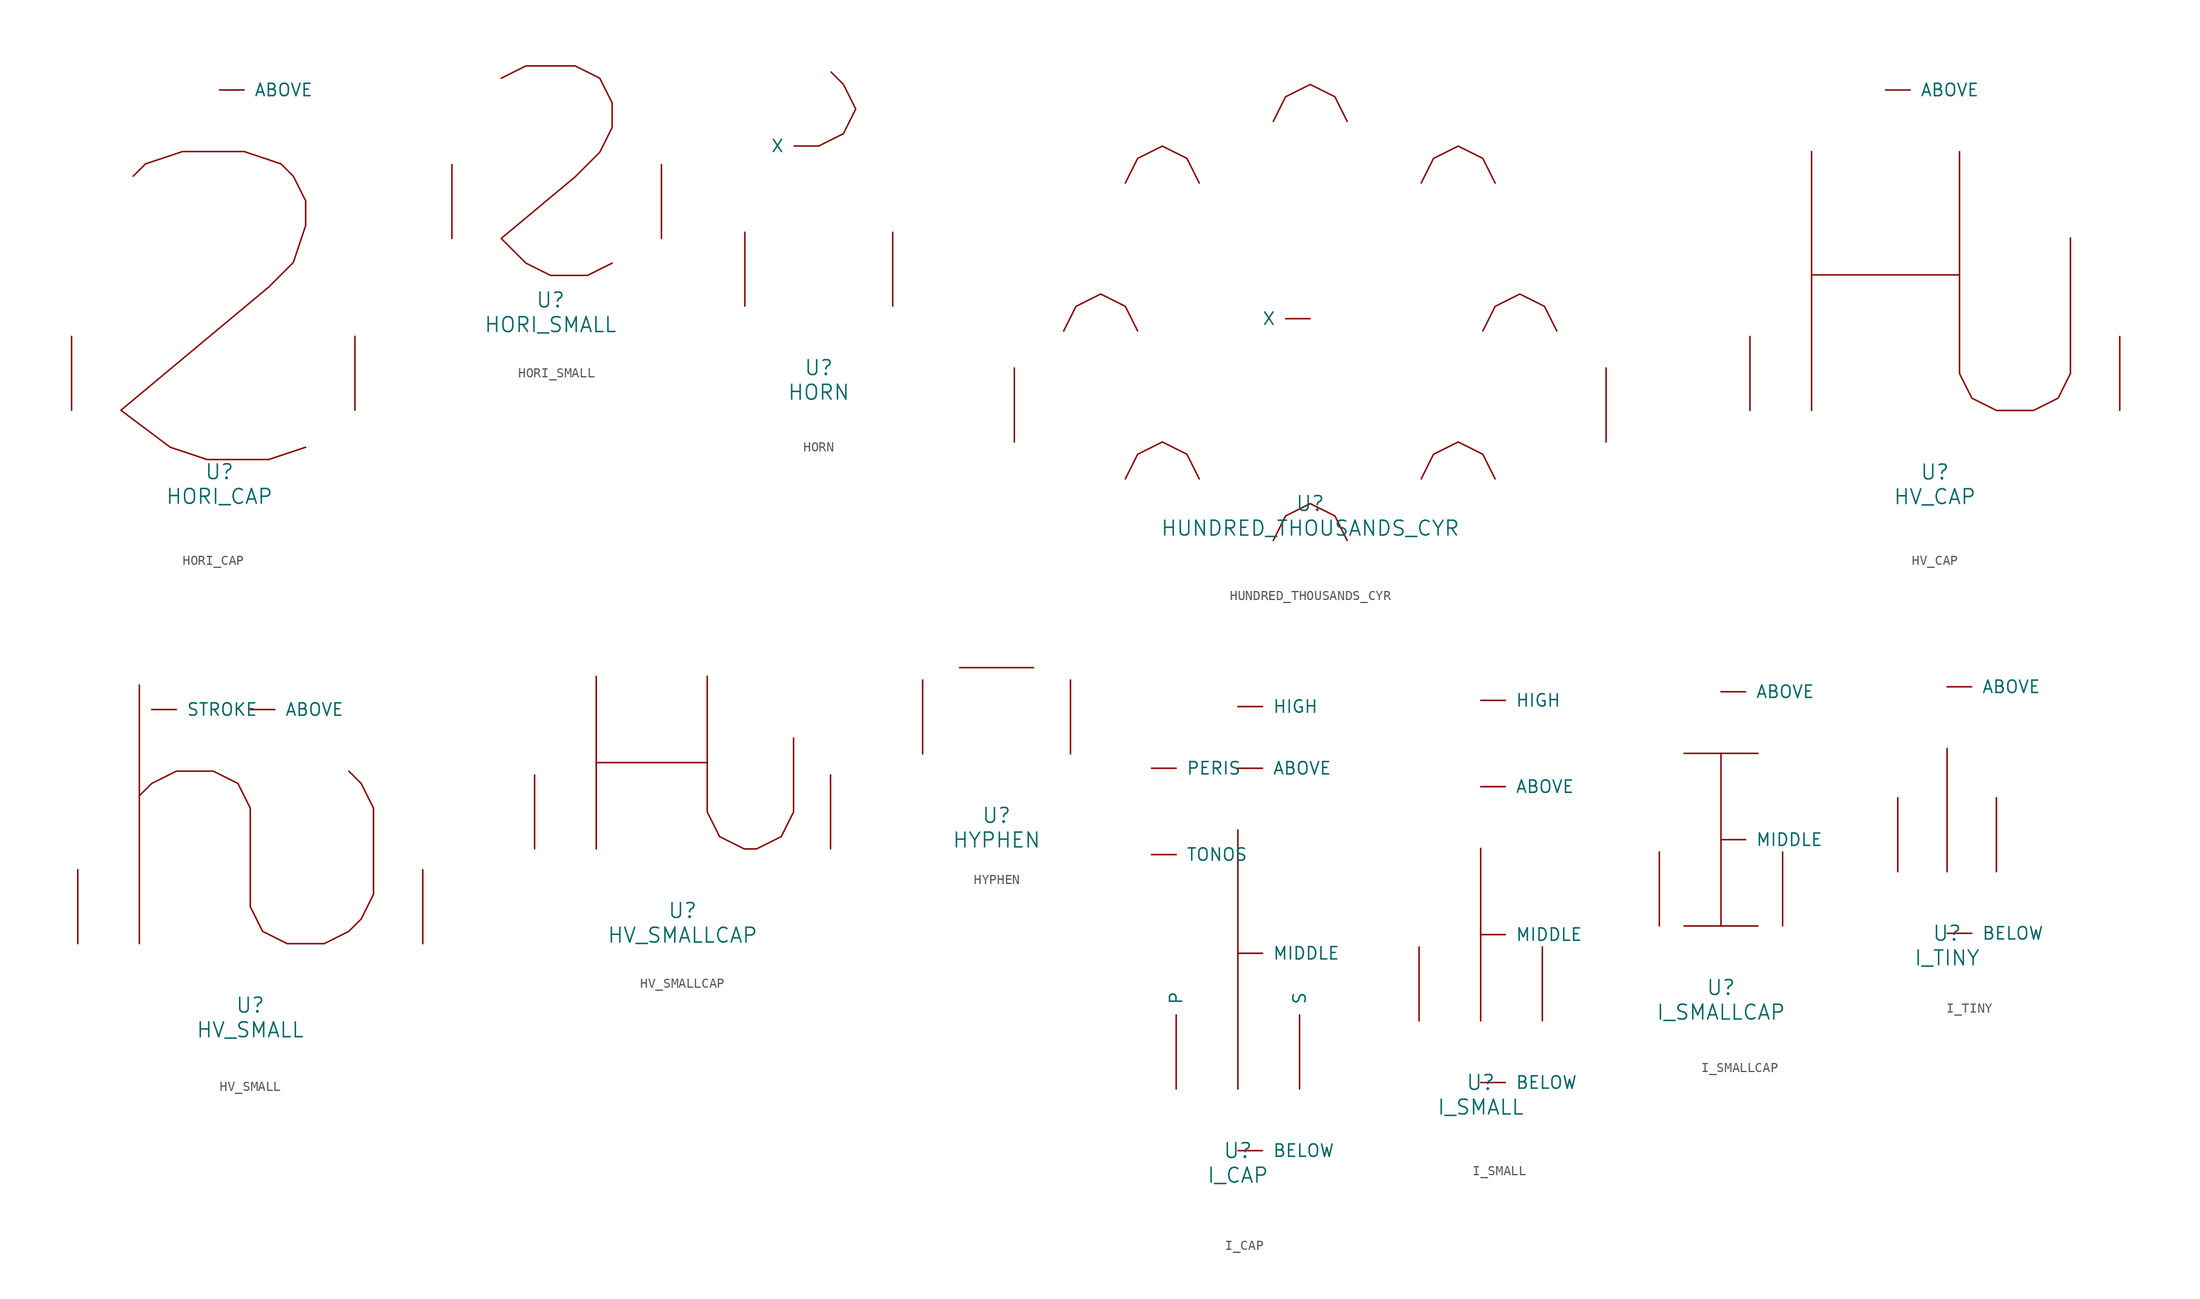
<source format=kicad_sym>
(kicad_symbol_lib
  (version 20220914)
  (generator font_lib2sym)
  (symbol "HORI_CAP"
    (pin_names
      (offset 1.016))
    (property "Reference" "U"
      (at 0 -6.35 0)
      (effects (font (size 1.524 1.524))))
    (property "Value" "HORI_CAP"
      (at 0 -8.89 0)
      (effects (font (size 1.524 1.524))))
    (symbol "HORI_CAP_0_1"
      (polyline (pts (xy -8.89 24.13) (xy -7.62 25.4) (xy -3.81 26.67) (xy 2.54 26.67) (xy 6.35 25.4) (xy 7.62 24.13) (xy 8.89 21.59) (xy 8.89 19.05) (xy 7.62 15.24) (xy 5.08 12.7) (xy -10.16 0) (xy -5.08 -3.81) (xy -1.27 -5.08) (xy 5.08 -5.08) (xy 8.89 -3.81)) (stroke (width 0) (type solid)) (fill (type none)))
      (pin input line (at 0 33.02 0) (length 2.54) (name "ABOVE" (effects (font (size 1.27 1.27)))) (number "~" (effects (font (size 1.27 1.27)))))
      (pin input line (at -15.24 0 90) (length 7.62) (name "~" (effects (font (size 1.27 1.27)))) (number "~" (effects (font (size 1.27 1.27)))))
      (pin input line (at 13.97 0 90) (length 7.62) (name "~" (effects (font (size 1.27 1.27)))) (number "~" (effects (font (size 1.27 1.27)))))))
  (symbol "HORI_SMALL"
    (pin_names
      (offset 1.016))
    (property "Reference" "U"
      (at 0 -6.35 0)
      (effects (font (size 1.524 1.524))))
    (property "Value" "HORI_SMALL"
      (at 0 -8.89 0)
      (effects (font (size 1.524 1.524))))
    (symbol "HORI_SMALL_0_1"
      (polyline (pts (xy -5.08 16.51) (xy -2.54 17.78) (xy 2.54 17.78) (xy 5.08 16.51) (xy 6.35 13.97) (xy 6.35 11.43) (xy 5.08 8.89) (xy 2.54 6.35) (xy -5.08 0) (xy -2.54 -2.54) (xy 0 -3.81) (xy 3.81 -3.81) (xy 6.35 -2.54)) (stroke (width 0) (type solid)) (fill (type none)))
      (pin input line (at -10.16 0 90) (length 7.62) (name "~" (effects (font (size 1.27 1.27)))) (number "~" (effects (font (size 1.27 1.27)))))
      (pin input line (at 11.43 0 90) (length 7.62) (name "~" (effects (font (size 1.27 1.27)))) (number "~" (effects (font (size 1.27 1.27)))))))
  (symbol "HORN"
    (pin_names
      (offset 1.016))
    (property "Reference" "U"
      (at 0 -6.35 0)
      (effects (font (size 1.524 1.524))))
    (property "Value" "HORN"
      (at 0 -8.89 0)
      (effects (font (size 1.524 1.524))))
    (symbol "HORN_0_1"
      (polyline (pts (xy 0 16.51) (xy 2.54 17.78) (xy 3.81 20.32) (xy 2.54 22.86) (xy 1.27 24.13)) (stroke (width 0) (type solid)) (fill (type none)))
      (pin input line (at 0 16.51 180) (length 2.54) (name "X" (effects (font (size 1.27 1.27)))) (number "~" (effects (font (size 1.27 1.27)))))
      (pin input line (at -7.62 0 90) (length 7.62) (name "~" (effects (font (size 1.27 1.27)))) (number "~" (effects (font (size 1.27 1.27)))))
      (pin input line (at 7.62 0 90) (length 7.62) (name "~" (effects (font (size 1.27 1.27)))) (number "~" (effects (font (size 1.27 1.27)))))))
  (symbol "HUNDRED_THOUSANDS_CYR"
    (pin_names
      (offset 1.016))
    (property "Reference" "U"
      (at 0 -6.35 0)
      (effects (font (size 1.524 1.524))))
    (property "Value" "HUNDRED_THOUSANDS_CYR"
      (at 0 -8.89 0)
      (effects (font (size 1.524 1.524))))
    (symbol "HUNDRED_THOUSANDS_CYR_0_1"
      (polyline (pts (xy -25.4 11.43) (xy -24.13 13.97) (xy -21.59 15.24) (xy -19.05 13.97) (xy -17.78 11.43)) (stroke (width 0) (type solid)) (fill (type none)))
      (polyline (pts (xy -19.05 -3.81) (xy -17.78 -1.27) (xy -15.24 0) (xy -12.7 -1.27) (xy -11.43 -3.81)) (stroke (width 0) (type solid)) (fill (type none)))
      (polyline (pts (xy -19.05 26.67) (xy -17.78 29.21) (xy -15.24 30.48) (xy -12.7 29.21) (xy -11.43 26.67)) (stroke (width 0) (type solid)) (fill (type none)))
      (polyline (pts (xy -3.81 -10.16) (xy -2.54 -7.62) (xy 0 -6.35) (xy 2.54 -7.62) (xy 3.81 -10.16)) (stroke (width 0) (type solid)) (fill (type none)))
      (polyline (pts (xy -3.81 33.02) (xy -2.54 35.56) (xy 0 36.83) (xy 2.54 35.56) (xy 3.81 33.02)) (stroke (width 0) (type solid)) (fill (type none)))
      (polyline (pts (xy 11.43 -3.81) (xy 12.7 -1.27) (xy 15.24 0) (xy 17.78 -1.27) (xy 19.05 -3.81)) (stroke (width 0) (type solid)) (fill (type none)))
      (polyline (pts (xy 11.43 26.67) (xy 12.7 29.21) (xy 15.24 30.48) (xy 17.78 29.21) (xy 19.05 26.67)) (stroke (width 0) (type solid)) (fill (type none)))
      (polyline (pts (xy 17.78 11.43) (xy 19.05 13.97) (xy 21.59 15.24) (xy 24.13 13.97) (xy 25.4 11.43)) (stroke (width 0) (type solid)) (fill (type none)))
      (pin input line (at 0 12.7 180) (length 2.54) (name "X" (effects (font (size 1.27 1.27)))) (number "~" (effects (font (size 1.27 1.27)))))
      (pin input line (at -30.48 0 90) (length 7.62) (name "~" (effects (font (size 1.27 1.27)))) (number "~" (effects (font (size 1.27 1.27)))))
      (pin input line (at 30.48 0 90) (length 7.62) (name "~" (effects (font (size 1.27 1.27)))) (number "~" (effects (font (size 1.27 1.27)))))))
  (symbol "HV_CAP"
    (pin_names
      (offset 1.016))
    (property "Reference" "U"
      (at 0 -6.35 0)
      (effects (font (size 1.524 1.524))))
    (property "Value" "HV_CAP"
      (at 0 -8.89 0)
      (effects (font (size 1.524 1.524))))
    (symbol "HV_CAP_0_1"
      (polyline (pts (xy -12.7 0) (xy -12.7 26.67)) (stroke (width 0) (type solid)) (fill (type none)))
      (polyline (pts (xy -12.7 13.97) (xy 2.54 13.97)) (stroke (width 0) (type solid)) (fill (type none)))
      (polyline (pts (xy 2.54 26.67) (xy 2.54 3.81) (xy 3.81 1.27) (xy 6.35 0) (xy 10.16 0) (xy 12.7 1.27) (xy 13.97 3.81) (xy 13.97 17.78)) (stroke (width 0) (type solid)) (fill (type none)))
      (pin input line (at -5.08 33.02 0) (length 2.54) (name "ABOVE" (effects (font (size 1.27 1.27)))) (number "~" (effects (font (size 1.27 1.27)))))
      (pin input line (at -19.05 0 90) (length 7.62) (name "~" (effects (font (size 1.27 1.27)))) (number "~" (effects (font (size 1.27 1.27)))))
      (pin input line (at 19.05 0 90) (length 7.62) (name "~" (effects (font (size 1.27 1.27)))) (number "~" (effects (font (size 1.27 1.27)))))))
  (symbol "HV_SMALL"
    (pin_names
      (offset 1.016))
    (property "Reference" "U"
      (at 0 -6.35 0)
      (effects (font (size 1.524 1.524))))
    (property "Value" "HV_SMALL"
      (at 0 -8.89 0)
      (effects (font (size 1.524 1.524))))
    (symbol "HV_SMALL_0_1"
      (polyline (pts (xy -11.43 0) (xy -11.43 26.67)) (stroke (width 0) (type solid)) (fill (type none)))
      (polyline (pts (xy -11.43 15.24) (xy -10.16 16.51) (xy -7.62 17.78) (xy -3.81 17.78) (xy -1.27 16.51) (xy 0 13.97) (xy 0 3.81) (xy 1.27 1.27) (xy 3.81 0) (xy 7.62 0) (xy 10.16 1.27) (xy 11.43 2.54) (xy 12.7 5.08) (xy 12.7 13.97) (xy 11.43 16.51) (xy 10.16 17.78)) (stroke (width 0) (type solid)) (fill (type none)))
      (pin input line (at 0 24.13 0) (length 2.54) (name "ABOVE" (effects (font (size 1.27 1.27)))) (number "~" (effects (font (size 1.27 1.27)))))
      (pin input line (at -10.16 24.13 0) (length 2.54) (name "STROKE" (effects (font (size 1.27 1.27)))) (number "~" (effects (font (size 1.27 1.27)))))
      (pin input line (at -17.78 0 90) (length 7.62) (name "~" (effects (font (size 1.27 1.27)))) (number "~" (effects (font (size 1.27 1.27)))))
      (pin input line (at 17.78 0 90) (length 7.62) (name "~" (effects (font (size 1.27 1.27)))) (number "~" (effects (font (size 1.27 1.27)))))))
  (symbol "HV_SMALLCAP"
    (pin_names
      (offset 1.016))
    (property "Reference" "U"
      (at 0 -6.35 0)
      (effects (font (size 1.524 1.524))))
    (property "Value" "HV_SMALLCAP"
      (at 0 -8.89 0)
      (effects (font (size 1.524 1.524))))
    (symbol "HV_SMALLCAP_0_1"
      (polyline (pts (xy -8.89 8.89) (xy 2.54 8.89)) (stroke (width 0) (type solid)) (fill (type none)))
      (polyline (pts (xy -8.89 17.78) (xy -8.89 0)) (stroke (width 0) (type solid)) (fill (type none)))
      (polyline (pts (xy 2.54 17.78) (xy 2.54 3.81) (xy 3.81 1.27) (xy 6.35 0) (xy 7.62 0) (xy 10.16 1.27) (xy 11.43 3.81) (xy 11.43 11.43)) (stroke (width 0) (type solid)) (fill (type none)))
      (pin input line (at -15.24 0 90) (length 7.62) (name "~" (effects (font (size 1.27 1.27)))) (number "~" (effects (font (size 1.27 1.27)))))
      (pin input line (at 15.24 0 90) (length 7.62) (name "~" (effects (font (size 1.27 1.27)))) (number "~" (effects (font (size 1.27 1.27)))))))
  (symbol "HYPHEN"
    (pin_names
      (offset 1.016))
    (property "Reference" "U"
      (at 0 -6.35 0)
      (effects (font (size 1.524 1.524))))
    (property "Value" "HYPHEN"
      (at 0 -8.89 0)
      (effects (font (size 1.524 1.524))))
    (symbol "HYPHEN_0_1"
      (polyline (pts (xy -3.81 8.89) (xy 3.81 8.89)) (stroke (width 0) (type solid)) (fill (type none)))
      (pin input line (at -7.62 0 90) (length 7.62) (name "~" (effects (font (size 1.27 1.27)))) (number "~" (effects (font (size 1.27 1.27)))))
      (pin input line (at 7.62 0 90) (length 7.62) (name "~" (effects (font (size 1.27 1.27)))) (number "~" (effects (font (size 1.27 1.27)))))))
  (symbol "I_CAP"
    (pin_names
      (offset 1.016))
    (property "Reference" "U"
      (at 0 -6.35 0)
      (effects (font (size 1.524 1.524))))
    (property "Value" "I_CAP"
      (at 0 -8.89 0)
      (effects (font (size 1.524 1.524))))
    (symbol "I_CAP_0_1"
      (polyline (pts (xy 0 0) (xy 0 26.67)) (stroke (width 0) (type solid)) (fill (type none)))
      (pin input line (at 0 33.02 0) (length 2.54) (name "ABOVE" (effects (font (size 1.27 1.27)))) (number "~" (effects (font (size 1.27 1.27)))))
      (pin input line (at 0 -6.35 0) (length 2.54) (name "BELOW" (effects (font (size 1.27 1.27)))) (number "~" (effects (font (size 1.27 1.27)))))
      (pin input line (at 0 39.37 0) (length 2.54) (name "HIGH" (effects (font (size 1.27 1.27)))) (number "~" (effects (font (size 1.27 1.27)))))
      (pin input line (at 0 13.97 0) (length 2.54) (name "MIDDLE" (effects (font (size 1.27 1.27)))) (number "~" (effects (font (size 1.27 1.27)))))
      (pin input line (at -6.35 0 90) (length 7.62) (name "P" (effects (font (size 1.27 1.27)))) (number "~" (effects (font (size 1.27 1.27)))))
      (pin input line (at -8.89 33.02 0) (length 2.54) (name "PERIS" (effects (font (size 1.27 1.27)))) (number "~" (effects (font (size 1.27 1.27)))))
      (pin input line (at 6.35 0 90) (length 7.62) (name "S" (effects (font (size 1.27 1.27)))) (number "~" (effects (font (size 1.27 1.27)))))
      (pin input line (at -8.89 24.13 0) (length 2.54) (name "TONOS" (effects (font (size 1.27 1.27)))) (number "~" (effects (font (size 1.27 1.27)))))))
  (symbol "I_SMALL"
    (pin_names
      (offset 1.016))
    (property "Reference" "U"
      (at 0 -6.35 0)
      (effects (font (size 1.524 1.524))))
    (property "Value" "I_SMALL"
      (at 0 -8.89 0)
      (effects (font (size 1.524 1.524))))
    (symbol "I_SMALL_0_1"
      (polyline (pts (xy 0 0) (xy 0 17.78)) (stroke (width 0) (type solid)) (fill (type none)))
      (pin input line (at 0 24.13 0) (length 2.54) (name "ABOVE" (effects (font (size 1.27 1.27)))) (number "~" (effects (font (size 1.27 1.27)))))
      (pin input line (at 0 -6.35 0) (length 2.54) (name "BELOW" (effects (font (size 1.27 1.27)))) (number "~" (effects (font (size 1.27 1.27)))))
      (pin input line (at 0 33.02 0) (length 2.54) (name "HIGH" (effects (font (size 1.27 1.27)))) (number "~" (effects (font (size 1.27 1.27)))))
      (pin input line (at 0 8.89 0) (length 2.54) (name "MIDDLE" (effects (font (size 1.27 1.27)))) (number "~" (effects (font (size 1.27 1.27)))))
      (pin input line (at -6.35 0 90) (length 7.62) (name "~" (effects (font (size 1.27 1.27)))) (number "~" (effects (font (size 1.27 1.27)))))
      (pin input line (at 6.35 0 90) (length 7.62) (name "~" (effects (font (size 1.27 1.27)))) (number "~" (effects (font (size 1.27 1.27)))))))
  (symbol "I_SMALLCAP"
    (pin_names
      (offset 1.016))
    (property "Reference" "U"
      (at 0 -6.35 0)
      (effects (font (size 1.524 1.524))))
    (property "Value" "I_SMALLCAP"
      (at 0 -8.89 0)
      (effects (font (size 1.524 1.524))))
    (symbol "I_SMALLCAP_0_1"
      (polyline (pts (xy 0 0) (xy 0 17.78)) (stroke (width 0) (type solid)) (fill (type none)))
      (polyline (pts (xy 3.81 0) (xy -3.81 0)) (stroke (width 0) (type solid)) (fill (type none)))
      (polyline (pts (xy 3.81 17.78) (xy -3.81 17.78)) (stroke (width 0) (type solid)) (fill (type none)))
      (pin input line (at 0 24.13 0) (length 2.54) (name "ABOVE" (effects (font (size 1.27 1.27)))) (number "~" (effects (font (size 1.27 1.27)))))
      (pin input line (at 0 8.89 0) (length 2.54) (name "MIDDLE" (effects (font (size 1.27 1.27)))) (number "~" (effects (font (size 1.27 1.27)))))
      (pin input line (at -6.35 0 90) (length 7.62) (name "~" (effects (font (size 1.27 1.27)))) (number "~" (effects (font (size 1.27 1.27)))))
      (pin input line (at 6.35 0 90) (length 7.62) (name "~" (effects (font (size 1.27 1.27)))) (number "~" (effects (font (size 1.27 1.27)))))))
  (symbol "I_TINY"
    (pin_names
      (offset 1.016))
    (property "Reference" "U"
      (at 0 -6.35 0)
      (effects (font (size 1.524 1.524))))
    (property "Value" "I_TINY"
      (at 0 -8.89 0)
      (effects (font (size 1.524 1.524))))
    (symbol "I_TINY_0_1"
      (polyline (pts (xy 0 12.7) (xy 0 0)) (stroke (width 0) (type solid)) (fill (type none)))
      (pin input line (at 0 19.05 0) (length 2.54) (name "ABOVE" (effects (font (size 1.27 1.27)))) (number "~" (effects (font (size 1.27 1.27)))))
      (pin input line (at 0 -6.35 0) (length 2.54) (name "BELOW" (effects (font (size 1.27 1.27)))) (number "~" (effects (font (size 1.27 1.27)))))
      (pin input line (at -5.08 0 90) (length 7.62) (name "~" (effects (font (size 1.27 1.27)))) (number "~" (effects (font (size 1.27 1.27)))))
      (pin input line (at 5.08 0 90) (length 7.62) (name "~" (effects (font (size 1.27 1.27)))) (number "~" (effects (font (size 1.27 1.27))))))))
</source>
